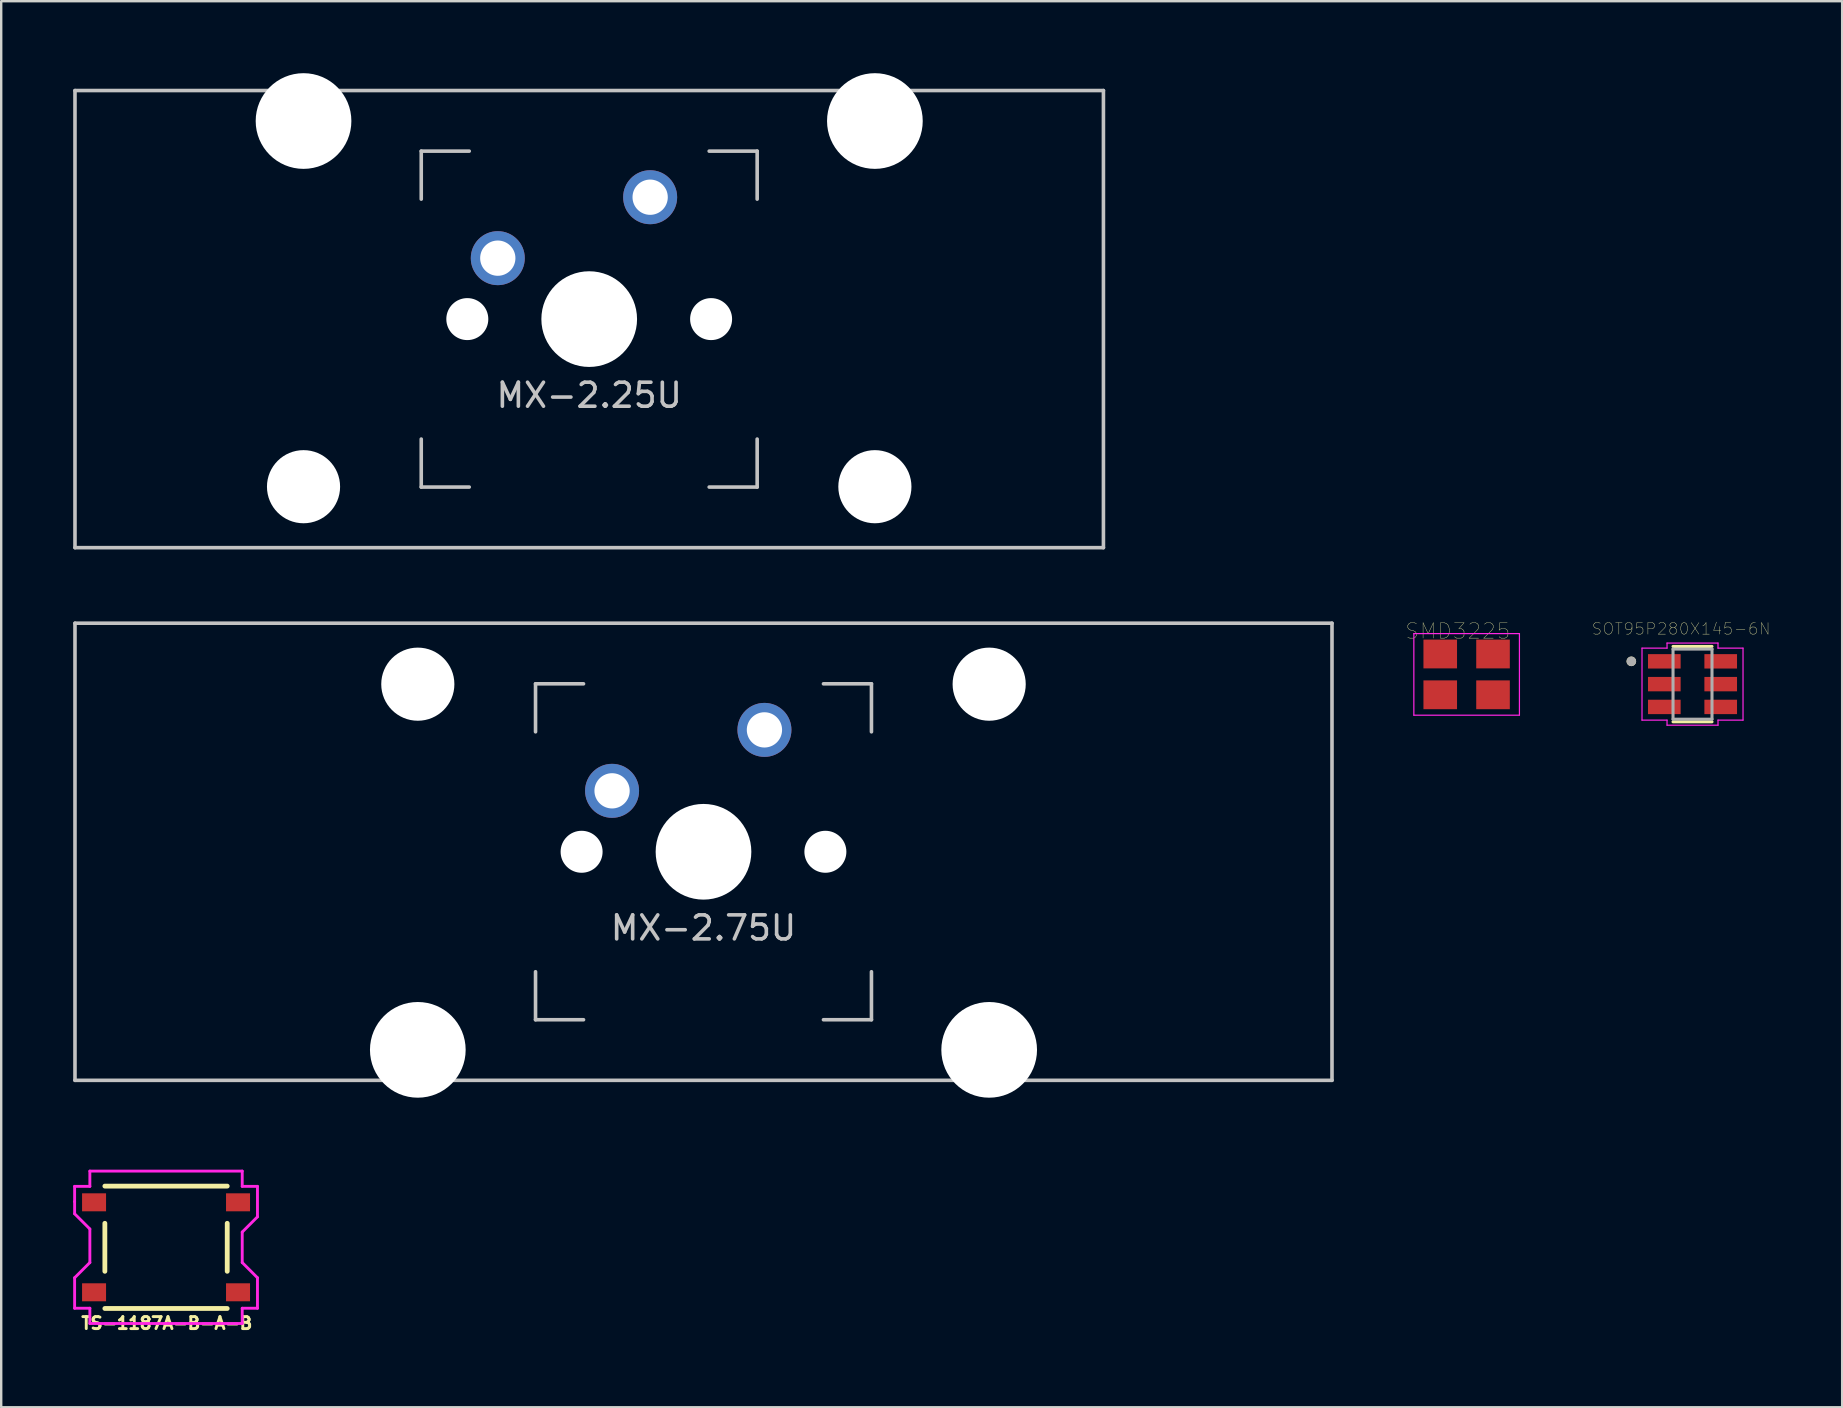
<source format=kicad_pcb>
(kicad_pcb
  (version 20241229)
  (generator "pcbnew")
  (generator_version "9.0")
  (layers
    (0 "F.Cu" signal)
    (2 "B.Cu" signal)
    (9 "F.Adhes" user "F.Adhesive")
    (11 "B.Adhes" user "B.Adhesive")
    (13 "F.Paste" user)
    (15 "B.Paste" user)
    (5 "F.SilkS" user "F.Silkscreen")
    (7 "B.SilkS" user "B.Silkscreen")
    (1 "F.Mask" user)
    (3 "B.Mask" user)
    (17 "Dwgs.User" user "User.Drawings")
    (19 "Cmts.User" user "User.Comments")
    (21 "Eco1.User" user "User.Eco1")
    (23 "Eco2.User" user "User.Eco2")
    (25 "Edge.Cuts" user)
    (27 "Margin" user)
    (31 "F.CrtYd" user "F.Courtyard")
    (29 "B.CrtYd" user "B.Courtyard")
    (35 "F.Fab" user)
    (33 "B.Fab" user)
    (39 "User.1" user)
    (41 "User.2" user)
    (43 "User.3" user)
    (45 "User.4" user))
  (footprint "MX-2.25U"
    (layer "F.Cu")
    (at 21.506 10.249)
    (property "Reference" "MX-2.25U" (at 0 3.175 0) (layer "Dwgs.User") (effects (font (size 1 1) (thickness 0.15))))
    (attr through_hole)
    (fp_line (start -21.431 -9.525) (end 21.431 -9.525) (stroke (width 0.15) (type solid)) (layer "Dwgs.User"))
    (fp_line (start -21.431 9.525) (end -21.431 -9.525) (stroke (width 0.15) (type solid)) (layer "Dwgs.User"))
    (fp_line (start -21.431 9.525) (end 21.431 9.525) (stroke (width 0.15) (type solid)) (layer "Dwgs.User"))
    (fp_line (start -7 -7) (end -7 -5) (stroke (width 0.15) (type solid)) (layer "Dwgs.User"))
    (fp_line (start -7 5) (end -7 7) (stroke (width 0.15) (type solid)) (layer "Dwgs.User"))
    (fp_line (start -7 7) (end -5 7) (stroke (width 0.15) (type solid)) (layer "Dwgs.User"))
    (fp_line (start -5 -7) (end -7 -7) (stroke (width 0.15) (type solid)) (layer "Dwgs.User"))
    (fp_line (start 5 -7) (end 7 -7) (stroke (width 0.15) (type solid)) (layer "Dwgs.User"))
    (fp_line (start 5 7) (end 7 7) (stroke (width 0.15) (type solid)) (layer "Dwgs.User"))
    (fp_line (start 7 -7) (end 7 -5) (stroke (width 0.15) (type solid)) (layer "Dwgs.User"))
    (fp_line (start 7 7) (end 7 5) (stroke (width 0.15) (type solid)) (layer "Dwgs.User"))
    (fp_line (start 21.431 -9.525) (end 21.431 9.525) (stroke (width 0.15) (type solid)) (layer "Dwgs.User"))
    (pad "" np_thru_hole circle (at -11.906 -8.255) (size 3.988 3.988) (drill 3.988) (layers "*.Cu" "*.Mask"))
    (pad "" np_thru_hole circle (at -11.906 6.985) (size 3.048 3.048) (drill 3.048) (layers "*.Cu" "*.Mask"))
    (pad "" np_thru_hole circle (at -5.08 0 48.1) (size 1.75 1.75) (drill 1.75) (layers "*.Cu" "*.Mask"))
    (pad "" np_thru_hole circle (at 0 0) (size 3.988 3.988) (drill 3.988) (layers "*.Cu" "*.Mask"))
    (pad "" np_thru_hole circle (at 5.08 0 48.1) (size 1.75 1.75) (drill 1.75) (layers "*.Cu" "*.Mask"))
    (pad "" np_thru_hole circle (at 11.906 -8.255) (size 3.988 3.988) (drill 3.988) (layers "*.Cu" "*.Mask"))
    (pad "" np_thru_hole circle (at 11.906 6.985) (size 3.048 3.048) (drill 3.048) (layers "*.Cu" "*.Mask"))
    (pad "1" thru_hole circle (at -3.81 -2.54) (size 2.25 2.25) (drill 1.47) (layers "*.Cu" "B.Mask"))
    (pad "2" thru_hole circle (at 2.54 -5.08) (size 2.25 2.25) (drill 1.47) (layers "*.Cu" "B.Mask")))
  (footprint "SMD3225"
    (layer "F.Cu")
    (at 58.074 25.056)
    (property "Reference" "SMD3225" (at -0.368 -1.806 0) (layer "F.SilkS") (effects (font (size 0.64 0.64) (thickness 0.015))))
    (attr smd)
    (fp_line (start -2.2 -1.7) (end 2.2 -1.7) (stroke (width 0.05) (type solid)) (layer "F.CrtYd"))
    (fp_line (start -2.2 1.7) (end -2.2 -1.7) (stroke (width 0.05) (type solid)) (layer "F.CrtYd"))
    (fp_line (start 2.2 -1.7) (end 2.2 1.7) (stroke (width 0.05) (type solid)) (layer "F.CrtYd"))
    (fp_line (start 2.2 1.7) (end -2.2 1.7) (stroke (width 0.05) (type solid)) (layer "F.CrtYd"))
    (pad "1" smd rect (at -1.1 0.85) (size 1.4 1.2) (layers "F.Cu" "F.Mask" "F.Paste"))
    (pad "2" smd rect (at 1.1 0.85) (size 1.4 1.2) (layers "F.Cu" "F.Mask" "F.Paste"))
    (pad "3" smd rect (at 1.1 -0.85) (size 1.4 1.2) (layers "F.Cu" "F.Mask" "F.Paste"))
    (pad "4" smd rect (at -1.1 -0.85) (size 1.4 1.2) (layers "F.Cu" "F.Mask" "F.Paste")))
  (footprint "MX-2.75U"
    (layer "F.Cu")
    (at 26.269 32.449)
    (property "Reference" "MX-2.75U" (at 0 3.175 0) (layer "Dwgs.User") (effects (font (size 1 1) (thickness 0.15))))
    (attr through_hole)
    (fp_line (start -26.194 -9.525) (end 26.194 -9.525) (stroke (width 0.15) (type solid)) (layer "Dwgs.User"))
    (fp_line (start -26.194 9.525) (end -26.194 -9.525) (stroke (width 0.15) (type solid)) (layer "Dwgs.User"))
    (fp_line (start -26.194 9.525) (end 26.194 9.525) (stroke (width 0.15) (type solid)) (layer "Dwgs.User"))
    (fp_line (start -7 -7) (end -7 -5) (stroke (width 0.15) (type solid)) (layer "Dwgs.User"))
    (fp_line (start -7 5) (end -7 7) (stroke (width 0.15) (type solid)) (layer "Dwgs.User"))
    (fp_line (start -7 7) (end -5 7) (stroke (width 0.15) (type solid)) (layer "Dwgs.User"))
    (fp_line (start -5 -7) (end -7 -7) (stroke (width 0.15) (type solid)) (layer "Dwgs.User"))
    (fp_line (start 5 -7) (end 7 -7) (stroke (width 0.15) (type solid)) (layer "Dwgs.User"))
    (fp_line (start 5 7) (end 7 7) (stroke (width 0.15) (type solid)) (layer "Dwgs.User"))
    (fp_line (start 7 -7) (end 7 -5) (stroke (width 0.15) (type solid)) (layer "Dwgs.User"))
    (fp_line (start 7 7) (end 7 5) (stroke (width 0.15) (type solid)) (layer "Dwgs.User"))
    (fp_line (start 26.194 -9.525) (end 26.194 9.525) (stroke (width 0.15) (type solid)) (layer "Dwgs.User"))
    (pad "" np_thru_hole circle (at -11.906 -6.985) (size 3.048 3.048) (drill 3.048) (layers "*.Cu" "*.Mask"))
    (pad "" np_thru_hole circle (at -11.906 8.255) (size 3.988 3.988) (drill 3.988) (layers "*.Cu" "*.Mask"))
    (pad "" np_thru_hole circle (at -5.08 0 48.1) (size 1.75 1.75) (drill 1.75) (layers "*.Cu" "*.Mask"))
    (pad "" np_thru_hole circle (at 0 0) (size 3.988 3.988) (drill 3.988) (layers "*.Cu" "*.Mask"))
    (pad "" np_thru_hole circle (at 5.08 0 48.1) (size 1.75 1.75) (drill 1.75) (layers "*.Cu" "*.Mask"))
    (pad "" np_thru_hole circle (at 11.906 -6.985) (size 3.048 3.048) (drill 3.048) (layers "*.Cu" "*.Mask"))
    (pad "" np_thru_hole circle (at 11.906 8.255) (size 3.988 3.988) (drill 3.988) (layers "*.Cu" "*.Mask"))
    (pad "1" thru_hole circle (at -3.81 -2.54) (size 2.25 2.25) (drill 1.47) (layers "*.Cu" "B.Mask"))
    (pad "2" thru_hole circle (at 2.54 -5.08) (size 2.25 2.25) (drill 1.47) (layers "*.Cu" "B.Mask")))
  (footprint "SOT95P280X145-6N"
    (layer "F.Cu")
    (at 67.488 25.462)
    (property "Reference" "SOT95P280X145-6N" (at -0.476 -2.305 0) (layer "F.SilkS") (effects (font (size 0.48 0.48) (thickness 0.015))))
    (attr smd)
    (fp_line (start 0.812 -1.57) (end -0.812 -1.57) (stroke (width 0.127) (type solid)) (layer "F.SilkS"))
    (fp_line (start 0.812 1.57) (end -0.812 1.57) (stroke (width 0.127) (type solid)) (layer "F.SilkS"))
    (fp_circle (center -2.55 -0.95) (end -2.45 -0.95) (stroke (width 0.2) (type solid)) (fill no) (layer "F.SilkS"))
    (fp_line (start -2.105 -1.5) (end -2.105 1.5) (stroke (width 0.05) (type solid)) (layer "F.CrtYd"))
    (fp_line (start -2.105 1.5) (end -1.062 1.5) (stroke (width 0.05) (type solid)) (layer "F.CrtYd"))
    (fp_line (start -1.062 -1.712) (end -1.062 -1.5) (stroke (width 0.05) (type solid)) (layer "F.CrtYd"))
    (fp_line (start -1.062 -1.5) (end -2.105 -1.5) (stroke (width 0.05) (type solid)) (layer "F.CrtYd"))
    (fp_line (start -1.062 1.5) (end -1.062 1.712) (stroke (width 0.05) (type solid)) (layer "F.CrtYd"))
    (fp_line (start -1.062 1.712) (end 1.062 1.712) (stroke (width 0.05) (type solid)) (layer "F.CrtYd"))
    (fp_line (start 1.062 -1.712) (end -1.062 -1.712) (stroke (width 0.05) (type solid)) (layer "F.CrtYd"))
    (fp_line (start 1.062 -1.5) (end 1.062 -1.712) (stroke (width 0.05) (type solid)) (layer "F.CrtYd"))
    (fp_line (start 1.062 1.5) (end 2.105 1.5) (stroke (width 0.05) (type solid)) (layer "F.CrtYd"))
    (fp_line (start 1.062 1.712) (end 1.062 1.5) (stroke (width 0.05) (type solid)) (layer "F.CrtYd"))
    (fp_line (start 2.105 -1.5) (end 1.062 -1.5) (stroke (width 0.05) (type solid)) (layer "F.CrtYd"))
    (fp_line (start 2.105 1.5) (end 2.105 -1.5) (stroke (width 0.05) (type solid)) (layer "F.CrtYd"))
    (fp_line (start -0.812 -1.462) (end 0.812 -1.462) (stroke (width 0.127) (type solid)) (layer "F.Fab"))
    (fp_line (start -0.812 1.462) (end -0.812 -1.462) (stroke (width 0.127) (type solid)) (layer "F.Fab"))
    (fp_line (start 0.812 -1.462) (end 0.812 1.462) (stroke (width 0.127) (type solid)) (layer "F.Fab"))
    (fp_line (start 0.812 1.462) (end -0.812 1.462) (stroke (width 0.127) (type solid)) (layer "F.Fab"))
    (fp_circle (center -2.55 -0.95) (end -2.45 -0.95) (stroke (width 0.2) (type solid)) (fill no) (layer "F.Fab"))
    (pad "1" smd rect (at -1.175 -0.95) (size 1.36 0.6) (layers "F.Cu" "F.Mask" "F.Paste"))
    (pad "2" smd rect (at -1.175 0) (size 1.36 0.6) (layers "F.Cu" "F.Mask" "F.Paste"))
    (pad "3" smd rect (at -1.175 0.95) (size 1.36 0.6) (layers "F.Cu" "F.Mask" "F.Paste"))
    (pad "4" smd rect (at 1.175 0.95) (size 1.36 0.6) (layers "F.Cu" "F.Mask" "F.Paste"))
    (pad "5" smd rect (at 1.175 0) (size 1.36 0.6) (layers "F.Cu" "F.Mask" "F.Paste"))
    (pad "6" smd rect (at 1.175 -0.95) (size 1.36 0.6) (layers "F.Cu" "F.Mask" "F.Paste")))
  (footprint "TS-1187A-B-A-B"
    (layer "F.Cu")
    (at 3.87 48.933)
    (property "Reference" "TS-1187A-B-A-B" (at 0.032 3.163 0) (layer "F.SilkS") (effects (font (size 0.5 0.5) (thickness 0.12))))
    (attr smd)
    (fp_line (start -2.55 -2.55) (end 2.55 -2.55) (stroke (width 0.2) (type solid)) (layer "F.SilkS"))
    (fp_line (start -2.55 -1) (end -2.55 1) (stroke (width 0.2) (type solid)) (layer "F.SilkS"))
    (fp_line (start -2.55 2.55) (end 2.55 2.55) (stroke (width 0.2) (type solid)) (layer "F.SilkS"))
    (fp_line (start 2.55 -1) (end 2.55 1) (stroke (width 0.2) (type solid)) (layer "F.SilkS"))
    (fp_line (start -3.81 -2.54) (end -3.175 -2.54) (stroke (width 0.12) (type solid)) (layer "F.CrtYd"))
    (fp_line (start -3.81 -1.905) (end -3.81 -2.54) (stroke (width 0.12) (type solid)) (layer "F.CrtYd"))
    (fp_line (start -3.81 -1.397) (end -3.81 -1.905) (stroke (width 0.12) (type solid)) (layer "F.CrtYd"))
    (fp_line (start -3.81 1.27) (end -3.175 0.635) (stroke (width 0.12) (type solid)) (layer "F.CrtYd"))
    (fp_line (start -3.81 2.54) (end -3.81 1.27) (stroke (width 0.12) (type solid)) (layer "F.CrtYd"))
    (fp_line (start -3.175 -3.175) (end 3.175 -3.175) (stroke (width 0.12) (type solid)) (layer "F.CrtYd"))
    (fp_line (start -3.175 -2.54) (end -3.175 -3.175) (stroke (width 0.12) (type solid)) (layer "F.CrtYd"))
    (fp_line (start -3.175 -0.762) (end -3.81 -1.397) (stroke (width 0.12) (type solid)) (layer "F.CrtYd"))
    (fp_line (start -3.175 0.635) (end -3.175 -0.762) (stroke (width 0.12) (type solid)) (layer "F.CrtYd"))
    (fp_line (start -3.175 2.54) (end -3.81 2.54) (stroke (width 0.12) (type solid)) (layer "F.CrtYd"))
    (fp_line (start -3.175 3.175) (end -3.175 2.54) (stroke (width 0.12) (type solid)) (layer "F.CrtYd"))
    (fp_line (start 3.175 -3.175) (end 3.175 -2.54) (stroke (width 0.12) (type solid)) (layer "F.CrtYd"))
    (fp_line (start 3.175 -2.54) (end 3.81 -2.54) (stroke (width 0.12) (type solid)) (layer "F.CrtYd"))
    (fp_line (start 3.175 -0.635) (end 3.175 0.635) (stroke (width 0.12) (type solid)) (layer "F.CrtYd"))
    (fp_line (start 3.175 0.635) (end 3.81 1.27) (stroke (width 0.12) (type solid)) (layer "F.CrtYd"))
    (fp_line (start 3.175 2.54) (end 3.175 3.175) (stroke (width 0.12) (type solid)) (layer "F.CrtYd"))
    (fp_line (start 3.175 3.175) (end -3.175 3.175) (stroke (width 0.12) (type solid)) (layer "F.CrtYd"))
    (fp_line (start 3.81 -2.54) (end 3.81 -1.27) (stroke (width 0.12) (type solid)) (layer "F.CrtYd"))
    (fp_line (start 3.81 -1.27) (end 3.175 -0.635) (stroke (width 0.12) (type solid)) (layer "F.CrtYd"))
    (fp_line (start 3.81 1.27) (end 3.81 2.54) (stroke (width 0.12) (type solid)) (layer "F.CrtYd"))
    (fp_line (start 3.81 2.54) (end 3.175 2.54) (stroke (width 0.12) (type solid)) (layer "F.CrtYd"))
    (pad "1" smd rect (at -3 -1.875) (size 1 0.75) (layers "F.Cu" "F.Mask" "F.Paste"))
    (pad "1" smd rect (at 3 -1.875) (size 1 0.75) (layers "F.Cu" "F.Mask" "F.Paste"))
    (pad "2" smd rect (at -3 1.875) (size 1 0.75) (layers "F.Cu" "F.Mask" "F.Paste"))
    (pad "2" smd rect (at 3 1.875) (size 1 0.75) (layers "F.Cu" "F.Mask" "F.Paste")))
  (gr_rect
    (start -3 -3)
    (end 73.725 55.599)
    (stroke (width 0.1) (type default))
    (fill no)
    (layer "Edge.Cuts")))
</source>
